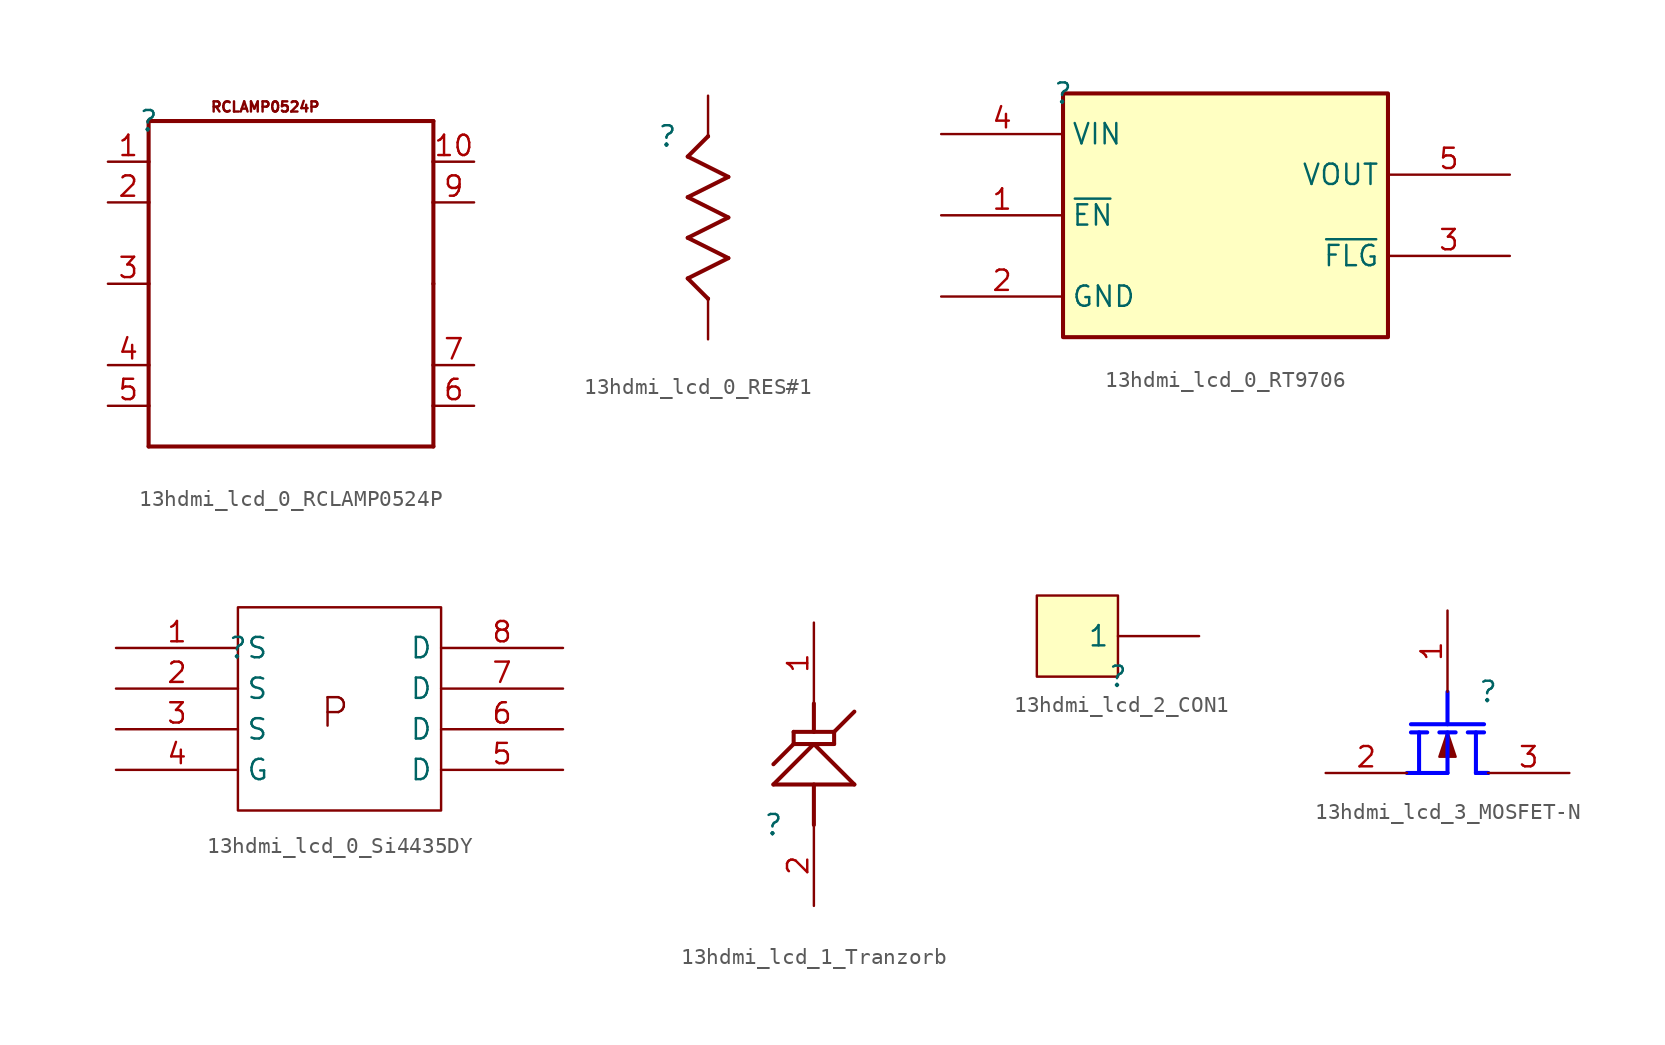
<source format=kicad_sym>
(kicad_symbol_lib
  (version 20220914)
  (generator kicad_symbol_editor)
  (symbol "13hdmi_lcd_0_RCLAMP0524P"
    (property "Reference" ""
      (at 0 0 0)
      (effects (font (size 1.27 1.27))))
    (property "Value" ""
      (at 0 0 0)
      (effects (font (size 1.27 1.27))))
    (symbol "13hdmi_lcd_0_RCLAMP0524P_1_0"
      (polyline (pts (xy 0 -20.32) (xy 17.78 -20.32)) (stroke (width 0.254) (type solid)) (fill (type none)))
      (polyline (pts (xy 0 -17.78) (xy 0 -17.78)) (stroke (width 0.254) (type solid)) (fill (type none)))
      (polyline (pts (xy 0 -15.24) (xy 0 -15.24)) (stroke (width 0.254) (type solid)) (fill (type none)))
      (polyline (pts (xy 0 -10.16) (xy 0 -10.16)) (stroke (width 0.254) (type solid)) (fill (type none)))
      (polyline (pts (xy 0 -5.08) (xy 0 -5.08)) (stroke (width 0.254) (type solid)) (fill (type none)))
      (polyline (pts (xy 0 -2.54) (xy 0 -2.54)) (stroke (width 0.254) (type solid)) (fill (type none)))
      (polyline (pts (xy 0 0) (xy 0 -20.32)) (stroke (width 0.254) (type solid)) (fill (type none)))
      (polyline (pts (xy 0 0) (xy 17.78 0)) (stroke (width 0.254) (type solid)) (fill (type none)))
      (polyline (pts (xy 17.78 -17.78) (xy 17.78 -17.78)) (stroke (width 0.254) (type solid)) (fill (type none)))
      (polyline (pts (xy 17.78 -15.24) (xy 17.78 -15.24)) (stroke (width 0.254) (type solid)) (fill (type none)))
      (polyline (pts (xy 17.78 -10.16) (xy 17.78 -10.16)) (stroke (width 0.254) (type solid)) (fill (type none)))
      (polyline (pts (xy 17.78 -5.08) (xy 17.78 -5.08)) (stroke (width 0.254) (type solid)) (fill (type none)))
      (polyline (pts (xy 17.78 -2.54) (xy 17.78 -2.54)) (stroke (width 0.254) (type solid)) (fill (type none)))
      (polyline (pts (xy 17.78 0) (xy 17.78 -20.32)) (stroke (width 0.254) (type solid)) (fill (type none)))
      (text "RCLAMP0524P" (at 3.81 0.508 0) (effects (font (size 0.635 0.635)) (justify left bottom)))
      (pin bidirectional line (at -2.54 -2.54 0) (length 2.54) (name "IO1A" (effects (font (size 0 0)))) (number "1" (effects (font (size 1.27 1.27)))))
      (pin bidirectional line (at 20.32 -2.54 180) (length 2.54) (name "IO1B" (effects (font (size 0 0)))) (number "10" (effects (font (size 1.27 1.27)))))
      (pin bidirectional line (at -2.54 -5.08 0) (length 2.54) (name "IO2A" (effects (font (size 0 0)))) (number "2" (effects (font (size 1.27 1.27)))))
      (pin input line (at -2.54 -10.16 0) (length 2.54) (name "GND1" (effects (font (size 0 0)))) (number "3" (effects (font (size 1.27 1.27)))))
      (pin bidirectional line (at -2.54 -15.24 0) (length 2.54) (name "IO3A" (effects (font (size 0 0)))) (number "4" (effects (font (size 1.27 1.27)))))
      (pin bidirectional line (at -2.54 -17.78 0) (length 2.54) (name "IO4A" (effects (font (size 0 0)))) (number "5" (effects (font (size 1.27 1.27)))))
      (pin bidirectional line (at 20.32 -17.78 180) (length 2.54) (name "IO4B" (effects (font (size 0 0)))) (number "6" (effects (font (size 1.27 1.27)))))
      (pin bidirectional line (at 20.32 -15.24 180) (length 2.54) (name "IO3B" (effects (font (size 0 0)))) (number "7" (effects (font (size 1.27 1.27)))))
      (pin bidirectional line (at 20.32 -5.08 180) (length 2.54) (name "IO2B" (effects (font (size 0 0)))) (number "9" (effects (font (size 1.27 1.27)))))))
  (symbol "13hdmi_lcd_0_RES#1"
    (property "Reference" ""
      (at 0 0 0)
      (effects (font (size 1.27 1.27))))
    (property "Value" ""
      (at 0 0 0)
      (effects (font (size 1.27 1.27))))
    (symbol "13hdmi_lcd_0_RES#1_1_0"
      (polyline (pts (xy 1.27 -8.89) (xy 3.81 -7.62)) (stroke (width 0.254) (type solid)) (fill (type none)))
      (polyline (pts (xy 1.27 -6.35) (xy 3.81 -5.08)) (stroke (width 0.254) (type solid)) (fill (type none)))
      (polyline (pts (xy 1.27 -3.81) (xy 3.81 -2.54)) (stroke (width 0.254) (type solid)) (fill (type none)))
      (polyline (pts (xy 1.27 -1.27) (xy 2.54 0)) (stroke (width 0.254) (type solid)) (fill (type none)))
      (polyline (pts (xy 2.54 -10.16) (xy 1.27 -8.89)) (stroke (width 0.254) (type solid)) (fill (type none)))
      (polyline (pts (xy 2.54 -10.16) (xy 2.54 -10.16)) (stroke (width 0.254) (type solid)) (fill (type none)))
      (polyline (pts (xy 2.54 0) (xy 2.54 0)) (stroke (width 0.254) (type solid)) (fill (type none)))
      (polyline (pts (xy 3.81 -7.62) (xy 1.27 -6.35)) (stroke (width 0.254) (type solid)) (fill (type none)))
      (polyline (pts (xy 3.81 -5.08) (xy 1.27 -3.81)) (stroke (width 0.254) (type solid)) (fill (type none)))
      (polyline (pts (xy 3.81 -2.54) (xy 1.27 -1.27)) (stroke (width 0.254) (type solid)) (fill (type none)))
      (pin bidirectional line (at 2.54 2.54 270) (length 2.54) (name "A" (effects (font (size 0 0)))) (number "1" (effects (font (size 0 0)))))
      (pin bidirectional line (at 2.54 -12.7 90) (length 2.54) (name "B" (effects (font (size 0 0)))) (number "2" (effects (font (size 0 0)))))))
  (symbol "13hdmi_lcd_0_RT9706"
    (property "Reference" ""
      (at 0 0 0)
      (effects (font (size 1.27 1.27))))
    (property "Value" ""
      (at 0 0 0)
      (effects (font (size 1.27 1.27))))
    (symbol "13hdmi_lcd_0_RT9706_1_0"
      (rectangle (start 20.32 0) (end 0 -15.24) (stroke (width 0.254) (type solid)) (fill (type background)))
      (pin passive line (at -7.62 -7.62 0) (length 7.62) (name "~{EN}" (effects (font (size 1.27 1.27)))) (number "1" (effects (font (size 1.27 1.27)))))
      (pin power_in line (at -7.62 -12.7 0) (length 7.62) (name "GND" (effects (font (size 1.27 1.27)))) (number "2" (effects (font (size 1.27 1.27)))))
      (pin passive line (at 27.94 -10.16 180) (length 7.62) (name "~{FLG}" (effects (font (size 1.27 1.27)))) (number "3" (effects (font (size 1.27 1.27)))))
      (pin passive line (at -7.62 -2.54 0) (length 7.62) (name "VIN" (effects (font (size 1.27 1.27)))) (number "4" (effects (font (size 1.27 1.27)))))
      (pin passive line (at 27.94 -5.08 180) (length 7.62) (name "VOUT" (effects (font (size 1.27 1.27)))) (number "5" (effects (font (size 1.27 1.27)))))))
  (symbol "13hdmi_lcd_0_Si4435DY"
    (property "Reference" ""
      (at 0 0 0)
      (effects (font (size 1.27 1.27))))
    (property "Value" ""
      (at 0 0 0)
      (effects (font (size 1.27 1.27))))
    (symbol "13hdmi_lcd_0_Si4435DY_1_0"
      (rectangle (start 12.7 2.54) (end 0 -10.16) (stroke (width 0) (type solid)) (fill (type none)))
      (text "P" (at 5.08 -5.08 0) (effects (font (size 1.778 1.778)) (justify left bottom)))
      (pin passive line (at -7.62 0 0) (length 7.62) (name "S" (effects (font (size 1.27 1.27)))) (number "1" (effects (font (size 1.27 1.27)))))
      (pin passive line (at -7.62 -2.54 0) (length 7.62) (name "S" (effects (font (size 1.27 1.27)))) (number "2" (effects (font (size 1.27 1.27)))))
      (pin passive line (at -7.62 -5.08 0) (length 7.62) (name "S" (effects (font (size 1.27 1.27)))) (number "3" (effects (font (size 1.27 1.27)))))
      (pin passive line (at -7.62 -7.62 0) (length 7.62) (name "G" (effects (font (size 1.27 1.27)))) (number "4" (effects (font (size 1.27 1.27)))))
      (pin passive line (at 20.32 -7.62 180) (length 7.62) (name "D" (effects (font (size 1.27 1.27)))) (number "5" (effects (font (size 1.27 1.27)))))
      (pin passive line (at 20.32 -5.08 180) (length 7.62) (name "D" (effects (font (size 1.27 1.27)))) (number "6" (effects (font (size 1.27 1.27)))))
      (pin passive line (at 20.32 -2.54 180) (length 7.62) (name "D" (effects (font (size 1.27 1.27)))) (number "7" (effects (font (size 1.27 1.27)))))
      (pin passive line (at 20.32 0 180) (length 7.62) (name "D" (effects (font (size 1.27 1.27)))) (number "8" (effects (font (size 1.27 1.27)))))))
  (symbol "13hdmi_lcd_1_Tranzorb"
    (property "Reference" ""
      (at 0 0 0)
      (effects (font (size 1.27 1.27))))
    (property "Value" ""
      (at 0 0 0)
      (effects (font (size 1.27 1.27))))
    (symbol "13hdmi_lcd_1_Tranzorb_1_0"
      (polyline (pts (xy 0 2.54) (xy 5.08 2.54)) (stroke (width 0.254) (type solid)) (fill (type none)))
      (polyline (pts (xy 0 3.81) (xy 1.27 5.08)) (stroke (width 0.254) (type solid)) (fill (type none)))
      (polyline (pts (xy 1.27 5.08) (xy 3.81 5.08)) (stroke (width 0.254) (type solid)) (fill (type none)))
      (polyline (pts (xy 1.27 5.842) (xy 1.27 5.08)) (stroke (width 0.254) (type solid)) (fill (type none)))
      (polyline (pts (xy 2.54 0) (xy 2.54 2.54)) (stroke (width 0.254) (type solid)) (fill (type none)))
      (polyline (pts (xy 2.54 5.08) (xy 0 2.54)) (stroke (width 0.254) (type solid)) (fill (type none)))
      (polyline (pts (xy 2.54 5.842) (xy 2.54 7.62)) (stroke (width 0.254) (type solid)) (fill (type none)))
      (polyline (pts (xy 3.81 5.08) (xy 3.81 5.842)) (stroke (width 0.254) (type solid)) (fill (type none)))
      (polyline (pts (xy 3.81 5.842) (xy 1.27 5.842)) (stroke (width 0.254) (type solid)) (fill (type none)))
      (polyline (pts (xy 3.81 5.842) (xy 5.08 7.112)) (stroke (width 0.254) (type solid)) (fill (type none)))
      (polyline (pts (xy 5.08 2.54) (xy 2.54 5.08)) (stroke (width 0.254) (type solid)) (fill (type none)))
      (pin passive line (at 2.54 12.7 270) (length 5.08) (name "K" (effects (font (size 0 0)))) (number "1" (effects (font (size 1.27 1.27)))))
      (pin passive line (at 2.54 -5.08 90) (length 5.08) (name "A" (effects (font (size 0 0)))) (number "2" (effects (font (size 1.27 1.27)))))))
  (symbol "13hdmi_lcd_2_CON1"
    (property "Reference" ""
      (at 0 0 0)
      (effects (font (size 1.27 1.27))))
    (property "Value" ""
      (at 0 0 0)
      (effects (font (size 1.27 1.27))))
    (symbol "13hdmi_lcd_2_CON1_1_0"
      (rectangle (start 0 5.08) (end -5.08 0) (stroke (width 0) (type solid)) (fill (type background)))
      (pin passive line (at 5.08 2.54 180) (length 5.08) (name "1" (effects (font (size 1.27 1.27)))) (number "1" (effects (font (size 0 0)))))))
  (symbol "13hdmi_lcd_3_MOSFET-N"
    (property "Reference" ""
      (at 0 0 0)
      (effects (font (size 1.27 1.27))))
    (property "Value" ""
      (at 0 0 0)
      (effects (font (size 1.27 1.27))))
    (symbol "13hdmi_lcd_3_MOSFET-N_1_0"
      (polyline (pts (xy -4.826 -2.54) (xy -3.81 -2.54)) (stroke (width 0.254) (type solid) (color 0 0 255 1)) (fill (type none)))
      (polyline (pts (xy -4.318 -5.08) (xy -4.318 -2.54)) (stroke (width 0.254) (type solid) (color 0 0 255 1)) (fill (type none)))
      (polyline (pts (xy -3.048 -2.54) (xy -2.032 -2.54)) (stroke (width 0.254) (type solid) (color 0 0 255 1)) (fill (type none)))
      (polyline (pts (xy -2.54 -5.08) (xy -5.08 -5.08)) (stroke (width 0.254) (type solid) (color 0 0 255 1)) (fill (type none)))
      (polyline (pts (xy -2.54 -5.08) (xy -2.54 -2.54)) (stroke (width 0.254) (type solid) (color 0 0 255 1)) (fill (type none)))
      (polyline (pts (xy -2.54 0) (xy -2.54 -2.032)) (stroke (width 0.254) (type solid) (color 0 0 255 1)) (fill (type none)))
      (polyline (pts (xy -0.762 -5.08) (xy -0.762 -2.54)) (stroke (width 0.254) (type solid) (color 0 0 255 1)) (fill (type none)))
      (polyline (pts (xy -0.762 -5.08) (xy 0 -5.08)) (stroke (width 0.254) (type solid) (color 0 0 255 1)) (fill (type none)))
      (polyline (pts (xy -0.762 -5.08) (xy 0 -5.08)) (stroke (width 0.254) (type solid) (color 0 0 255 1)) (fill (type none)))
      (polyline (pts (xy -0.254 -2.54) (xy -1.27 -2.54)) (stroke (width 0.254) (type solid) (color 0 0 255 1)) (fill (type none)))
      (polyline (pts (xy -0.254 -2.032) (xy -4.826 -2.032)) (stroke (width 0.254) (type solid) (color 0 0 255 1)) (fill (type none)))
      (polyline (pts (xy -2.54 -2.54) (xy -3.048 -4.064) (xy -2.032 -4.064) (xy -2.54 -2.54)) (stroke (width 0) (type solid)) (fill (type outline)))
      (pin passive line (at -2.54 5.08 270) (length 5.08) (name "G" (effects (font (size 0 0)))) (number "1" (effects (font (size 1.27 1.27)))))
      (pin passive line (at -10.16 -5.08 0) (length 5.08) (name "S" (effects (font (size 0 0)))) (number "2" (effects (font (size 1.27 1.27)))))
      (pin passive line (at 5.08 -5.08 180) (length 5.08) (name "D" (effects (font (size 0 0)))) (number "3" (effects (font (size 1.27 1.27))))))))
</source>
